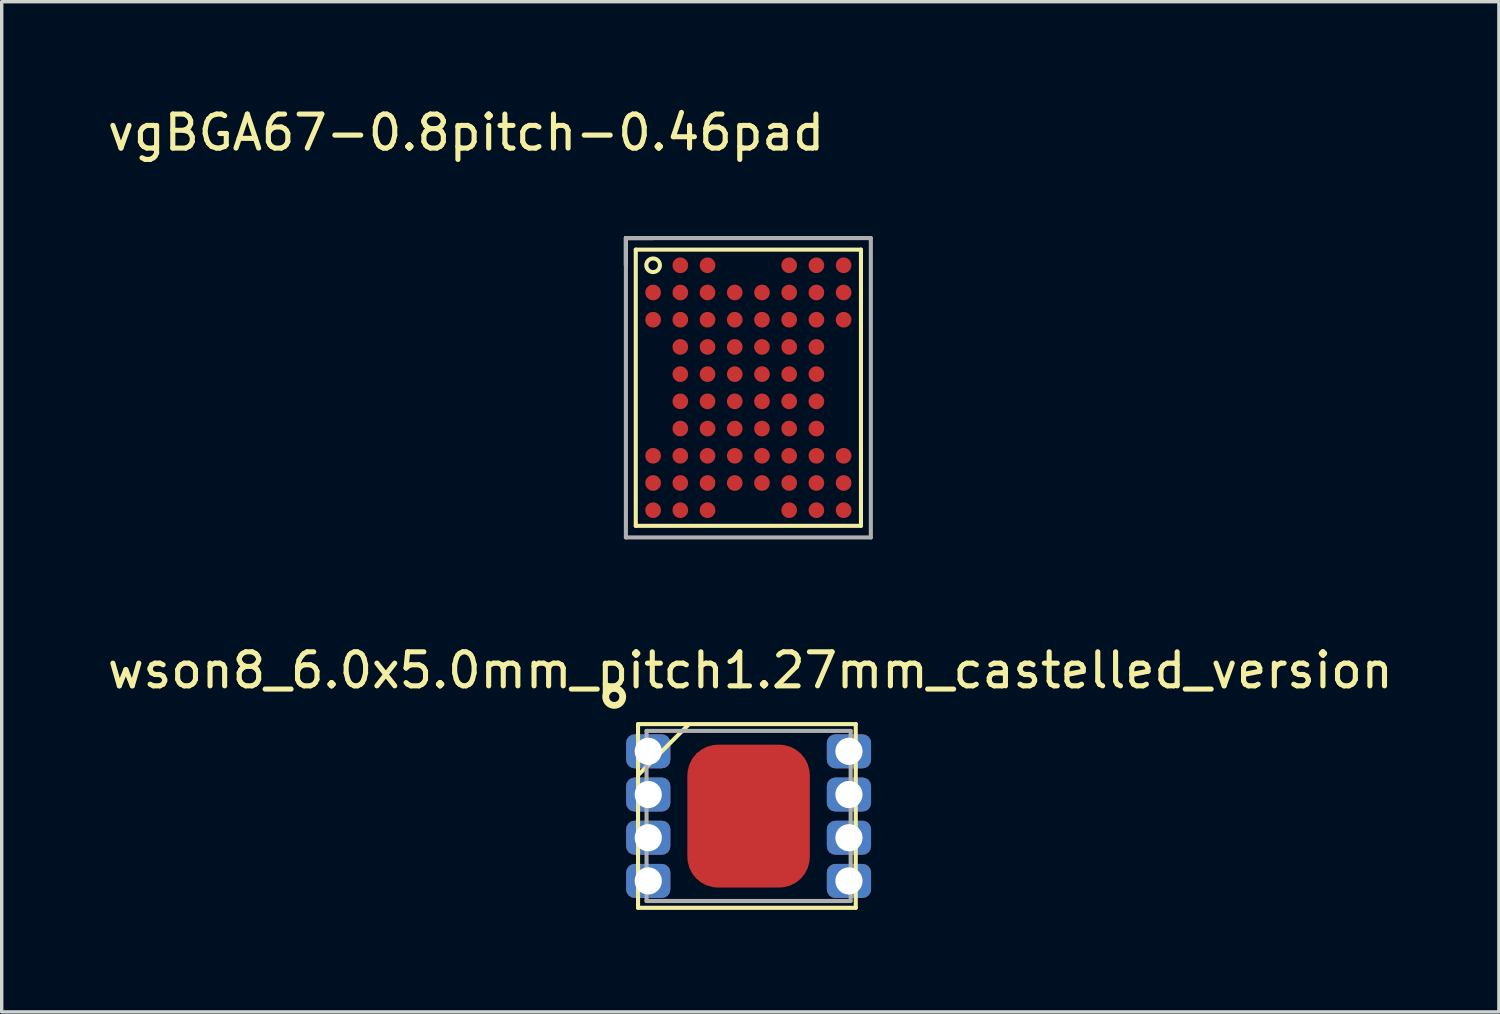
<source format=kicad_pcb>
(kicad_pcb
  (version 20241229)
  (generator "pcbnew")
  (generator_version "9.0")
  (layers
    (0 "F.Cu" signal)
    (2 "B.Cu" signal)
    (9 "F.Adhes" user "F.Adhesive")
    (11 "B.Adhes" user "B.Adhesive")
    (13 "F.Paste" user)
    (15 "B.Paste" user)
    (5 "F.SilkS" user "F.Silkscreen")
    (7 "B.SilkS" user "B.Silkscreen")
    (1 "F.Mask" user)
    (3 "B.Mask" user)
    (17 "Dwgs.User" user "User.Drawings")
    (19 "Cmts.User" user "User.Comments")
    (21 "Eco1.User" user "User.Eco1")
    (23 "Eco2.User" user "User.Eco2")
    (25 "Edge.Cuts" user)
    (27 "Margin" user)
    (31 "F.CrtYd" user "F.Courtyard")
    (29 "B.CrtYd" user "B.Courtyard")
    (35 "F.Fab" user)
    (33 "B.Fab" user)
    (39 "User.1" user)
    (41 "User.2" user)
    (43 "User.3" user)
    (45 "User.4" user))
  (footprint "vgBGA67-0.8pitch-0.46pad"
    (layer "F.Cu")
    (at 16.149 4.748)
    (property "Reference" "vgBGA67-0.8pitch-0.46pad" (at -5.5 -3.9 0) (layer "F.SilkS") (effects (font (size 1 1) (thickness 0.15))))
    (attr through_hole)
    (fp_line (start -0.8 -0.8) (end -0.8 0) (stroke (width 0.12) (type solid)) (layer "F.SilkS"))
    (fp_line (start -0.51 -0.46) (end -0.51 7.66) (stroke (width 0.12) (type solid)) (layer "F.SilkS"))
    (fp_line (start -0.51 -0.46) (end 6.11 -0.46) (stroke (width 0.12) (type solid)) (layer "F.SilkS"))
    (fp_line (start -0.51 7.66) (end 6.11 7.66) (stroke (width 0.12) (type solid)) (layer "F.SilkS"))
    (fp_line (start 0 -0.8) (end -0.8 -0.8) (stroke (width 0.12) (type solid)) (layer "F.SilkS"))
    (fp_line (start 6.11 -0.46) (end 6.11 7.66) (stroke (width 0.12) (type solid)) (layer "F.SilkS"))
    (fp_circle (center 0 0) (end 0.2 0) (stroke (width 0.12) (type solid)) (fill no) (layer "F.SilkS"))
    (fp_line (start -0.8 -0.8) (end 6.4 -0.8) (stroke (width 0.12) (type solid)) (layer "F.Fab"))
    (fp_line (start -0.8 8) (end -0.8 -0.8) (stroke (width 0.12) (type solid)) (layer "F.Fab"))
    (fp_line (start 6.4 -0.8) (end 6.4 8) (stroke (width 0.12) (type solid)) (layer "F.Fab"))
    (fp_line (start 6.4 8) (end -0.8 8) (stroke (width 0.12) (type solid)) (layer "F.Fab"))
    (pad "A2" smd circle (at 0.8 0 90) (size 0.46 0.46) (layers "F.Cu" "F.Mask" "F.Paste"))
    (pad "A3" smd circle (at 1.6 0 90) (size 0.46 0.46) (layers "F.Cu" "F.Mask" "F.Paste"))
    (pad "A6" smd circle (at 4 0 90) (size 0.46 0.46) (layers "F.Cu" "F.Mask" "F.Paste"))
    (pad "A7" smd circle (at 4.8 0 90) (size 0.46 0.46) (layers "F.Cu" "F.Mask" "F.Paste"))
    (pad "A8" smd circle (at 5.6 0 90) (size 0.46 0.46) (layers "F.Cu" "F.Mask" "F.Paste"))
    (pad "B1" smd circle (at 0 0.8 90) (size 0.46 0.46) (layers "F.Cu" "F.Mask" "F.Paste"))
    (pad "B2" smd circle (at 0.8 0.8 90) (size 0.46 0.46) (layers "F.Cu" "F.Mask" "F.Paste"))
    (pad "B3" smd circle (at 1.6 0.8 90) (size 0.46 0.46) (layers "F.Cu" "F.Mask" "F.Paste"))
    (pad "B4" smd circle (at 2.4 0.8 90) (size 0.46 0.46) (layers "F.Cu" "F.Mask" "F.Paste"))
    (pad "B5" smd circle (at 3.2 0.8 90) (size 0.46 0.46) (layers "F.Cu" "F.Mask" "F.Paste"))
    (pad "B6" smd circle (at 4 0.8 90) (size 0.46 0.46) (layers "F.Cu" "F.Mask" "F.Paste"))
    (pad "B7" smd circle (at 4.8 0.8 90) (size 0.46 0.46) (layers "F.Cu" "F.Mask" "F.Paste"))
    (pad "B8" smd circle (at 5.6 0.8 90) (size 0.46 0.46) (layers "F.Cu" "F.Mask" "F.Paste"))
    (pad "C1" smd circle (at 0 1.6 90) (size 0.46 0.46) (layers "F.Cu" "F.Mask" "F.Paste"))
    (pad "C2" smd circle (at 0.8 1.6 90) (size 0.46 0.46) (layers "F.Cu" "F.Mask" "F.Paste"))
    (pad "C3" smd circle (at 1.6 1.6 90) (size 0.46 0.46) (layers "F.Cu" "F.Mask" "F.Paste"))
    (pad "C4" smd circle (at 2.4 1.6 90) (size 0.46 0.46) (layers "F.Cu" "F.Mask" "F.Paste"))
    (pad "C5" smd circle (at 3.2 1.6 90) (size 0.46 0.46) (layers "F.Cu" "F.Mask" "F.Paste"))
    (pad "C6" smd circle (at 4 1.6 90) (size 0.46 0.46) (layers "F.Cu" "F.Mask" "F.Paste"))
    (pad "C7" smd circle (at 4.8 1.6 90) (size 0.46 0.46) (layers "F.Cu" "F.Mask" "F.Paste"))
    (pad "C8" smd circle (at 5.6 1.6 90) (size 0.46 0.46) (layers "F.Cu" "F.Mask" "F.Paste"))
    (pad "D2" smd circle (at 0.8 2.4 90) (size 0.46 0.46) (layers "F.Cu" "F.Mask" "F.Paste"))
    (pad "D3" smd circle (at 1.6 2.4 90) (size 0.46 0.46) (layers "F.Cu" "F.Mask" "F.Paste"))
    (pad "D4" smd circle (at 2.4 2.4 90) (size 0.46 0.46) (layers "F.Cu" "F.Mask" "F.Paste"))
    (pad "D5" smd circle (at 3.2 2.4 90) (size 0.46 0.46) (layers "F.Cu" "F.Mask" "F.Paste"))
    (pad "D6" smd circle (at 4 2.4 90) (size 0.46 0.46) (layers "F.Cu" "F.Mask" "F.Paste"))
    (pad "D7" smd circle (at 4.8 2.4 90) (size 0.46 0.46) (layers "F.Cu" "F.Mask" "F.Paste"))
    (pad "E2" smd circle (at 0.8 3.2 90) (size 0.46 0.46) (layers "F.Cu" "F.Mask" "F.Paste"))
    (pad "E3" smd circle (at 1.6 3.2 90) (size 0.46 0.46) (layers "F.Cu" "F.Mask" "F.Paste"))
    (pad "E4" smd circle (at 2.4 3.2 90) (size 0.46 0.46) (layers "F.Cu" "F.Mask" "F.Paste"))
    (pad "E5" smd circle (at 3.2 3.2 90) (size 0.46 0.46) (layers "F.Cu" "F.Mask" "F.Paste"))
    (pad "E6" smd circle (at 4 3.2 90) (size 0.46 0.46) (layers "F.Cu" "F.Mask" "F.Paste"))
    (pad "E7" smd circle (at 4.8 3.2 90) (size 0.46 0.46) (layers "F.Cu" "F.Mask" "F.Paste"))
    (pad "F2" smd circle (at 0.8 4 90) (size 0.46 0.46) (layers "F.Cu" "F.Mask" "F.Paste"))
    (pad "F3" smd circle (at 1.6 4 90) (size 0.46 0.46) (layers "F.Cu" "F.Mask" "F.Paste"))
    (pad "F4" smd circle (at 2.4 4 90) (size 0.46 0.46) (layers "F.Cu" "F.Mask" "F.Paste"))
    (pad "F5" smd circle (at 3.2 4 90) (size 0.46 0.46) (layers "F.Cu" "F.Mask" "F.Paste"))
    (pad "F6" smd circle (at 4 4 90) (size 0.46 0.46) (layers "F.Cu" "F.Mask" "F.Paste"))
    (pad "F7" smd circle (at 4.8 4 90) (size 0.46 0.46) (layers "F.Cu" "F.Mask" "F.Paste"))
    (pad "G2" smd circle (at 0.8 4.8 90) (size 0.46 0.46) (layers "F.Cu" "F.Mask" "F.Paste"))
    (pad "G3" smd circle (at 1.6 4.8 90) (size 0.46 0.46) (layers "F.Cu" "F.Mask" "F.Paste"))
    (pad "G4" smd circle (at 2.4 4.8 90) (size 0.46 0.46) (layers "F.Cu" "F.Mask" "F.Paste"))
    (pad "G5" smd circle (at 3.2 4.8 90) (size 0.46 0.46) (layers "F.Cu" "F.Mask" "F.Paste"))
    (pad "G6" smd circle (at 4 4.8 90) (size 0.46 0.46) (layers "F.Cu" "F.Mask" "F.Paste"))
    (pad "G7" smd circle (at 4.8 4.8 90) (size 0.46 0.46) (layers "F.Cu" "F.Mask" "F.Paste"))
    (pad "H1" smd circle (at 0 5.6 90) (size 0.46 0.46) (layers "F.Cu" "F.Mask" "F.Paste"))
    (pad "H2" smd circle (at 0.8 5.6 90) (size 0.46 0.46) (layers "F.Cu" "F.Mask" "F.Paste"))
    (pad "H3" smd circle (at 1.6 5.6 90) (size 0.46 0.46) (layers "F.Cu" "F.Mask" "F.Paste"))
    (pad "H4" smd circle (at 2.4 5.6 90) (size 0.46 0.46) (layers "F.Cu" "F.Mask" "F.Paste"))
    (pad "H5" smd circle (at 3.2 5.6 90) (size 0.46 0.46) (layers "F.Cu" "F.Mask" "F.Paste"))
    (pad "H6" smd circle (at 4 5.6 90) (size 0.46 0.46) (layers "F.Cu" "F.Mask" "F.Paste"))
    (pad "H7" smd circle (at 4.8 5.6 90) (size 0.46 0.46) (layers "F.Cu" "F.Mask" "F.Paste"))
    (pad "H8" smd circle (at 5.6 5.6 90) (size 0.46 0.46) (layers "F.Cu" "F.Mask" "F.Paste"))
    (pad "J1" smd circle (at 0 6.4 90) (size 0.46 0.46) (layers "F.Cu" "F.Mask" "F.Paste"))
    (pad "J2" smd circle (at 0.8 6.4 90) (size 0.46 0.46) (layers "F.Cu" "F.Mask" "F.Paste"))
    (pad "J3" smd circle (at 1.6 6.4 90) (size 0.46 0.46) (layers "F.Cu" "F.Mask" "F.Paste"))
    (pad "J4" smd circle (at 2.4 6.4 90) (size 0.46 0.46) (layers "F.Cu" "F.Mask" "F.Paste"))
    (pad "J5" smd circle (at 3.2 6.4 90) (size 0.46 0.46) (layers "F.Cu" "F.Mask" "F.Paste"))
    (pad "J6" smd circle (at 4 6.4 90) (size 0.46 0.46) (layers "F.Cu" "F.Mask" "F.Paste"))
    (pad "J7" smd circle (at 4.8 6.4 90) (size 0.46 0.46) (layers "F.Cu" "F.Mask" "F.Paste"))
    (pad "J8" smd circle (at 5.6 6.4 90) (size 0.46 0.46) (layers "F.Cu" "F.Mask" "F.Paste"))
    (pad "K1" smd circle (at 0 7.2 90) (size 0.46 0.46) (layers "F.Cu" "F.Mask" "F.Paste"))
    (pad "K2" smd circle (at 0.8 7.2 90) (size 0.46 0.46) (layers "F.Cu" "F.Mask" "F.Paste"))
    (pad "K3" smd circle (at 1.6 7.2 90) (size 0.46 0.46) (layers "F.Cu" "F.Mask" "F.Paste"))
    (pad "K6" smd circle (at 4 7.2 90) (size 0.46 0.46) (layers "F.Cu" "F.Mask" "F.Paste"))
    (pad "K7" smd circle (at 4.8 7.2 90) (size 0.46 0.46) (layers "F.Cu" "F.Mask" "F.Paste"))
    (pad "K8" smd circle (at 5.6 7.2 90) (size 0.46 0.46) (layers "F.Cu" "F.Mask" "F.Paste")))
  (footprint "wson8_6.0x5.0mm_pitch1.27mm_castelled_version"
    (layer "F.Cu")
    (at 19.006 20.936)
    (property "Reference" "wson8_6.0x5.0mm_pitch1.27mm_castelled_version" (at 0 -4.28 0) (layer "F.SilkS") (effects (font (size 1 1) (thickness 0.15))))
    (attr through_hole)
    (fp_line (start -3.3 -2.7) (end -3.3 2.7) (stroke (width 0.12) (type solid)) (layer "F.SilkS"))
    (fp_line (start -3.3 -2.7) (end 3.1 -2.7) (stroke (width 0.12) (type solid)) (layer "F.SilkS"))
    (fp_line (start -3.3 -1.2) (end -1.8 -2.7) (stroke (width 0.12) (type solid)) (layer "F.SilkS"))
    (fp_line (start -3.3 2.7) (end 3.1 2.7) (stroke (width 0.12) (type solid)) (layer "F.SilkS"))
    (fp_line (start 3.1 -2.7) (end 3.1 2.7) (stroke (width 0.12) (type solid)) (layer "F.SilkS"))
    (fp_circle (center -4 -3.5) (end -3.75 -3.5) (stroke (width 0.2) (type solid)) (fill no) (layer "F.SilkS"))
    (fp_line (start -3.05 -2.5) (end -3.05 2.5) (stroke (width 0.12) (type solid)) (layer "F.Fab"))
    (fp_line (start -3.05 2.5) (end 2.95 2.5) (stroke (width 0.12) (type solid)) (layer "F.Fab"))
    (fp_line (start 2.95 -2.5) (end -3.05 -2.5) (stroke (width 0.12) (type solid)) (layer "F.Fab"))
    (fp_line (start 2.95 2.5) (end 2.95 -2.5) (stroke (width 0.12) (type solid)) (layer "F.Fab"))
    (pad "1" thru_hole roundrect (at -3 -1.9) (size 1.3 1) (drill 0.8) (layers "*.Cu" "*.Mask") (roundrect_rratio 0.25))
    (pad "2" thru_hole roundrect (at -3 -0.63) (size 1.3 1) (drill 0.8) (layers "*.Cu" "*.Mask") (roundrect_rratio 0.25))
    (pad "3" thru_hole roundrect (at -3 0.64) (size 1.3 1) (drill 0.8) (layers "*.Cu" "*.Mask") (roundrect_rratio 0.25))
    (pad "4" thru_hole roundrect (at -3 1.91) (size 1.3 1) (drill 0.8) (layers "*.Cu" "*.Mask") (roundrect_rratio 0.25))
    (pad "5" thru_hole roundrect (at 2.9 1.91) (size 1.3 1) (drill 0.8) (layers "*.Cu" "*.Mask") (roundrect_rratio 0.25))
    (pad "6" thru_hole roundrect (at 2.9 0.64) (size 1.3 1) (drill 0.8) (layers "*.Cu" "*.Mask") (roundrect_rratio 0.25))
    (pad "7" thru_hole roundrect (at 2.9 -0.63) (size 1.3 1) (drill 0.8) (layers "*.Cu" "*.Mask") (roundrect_rratio 0.25))
    (pad "8" thru_hole roundrect (at 2.9 -1.9) (size 1.3 1) (drill 0.8) (layers "*.Cu" "*.Mask") (roundrect_rratio 0.25))
    (pad "9" smd roundrect (at -0.05 0.005) (size 3.6 4.2) (layers "F.Cu" "F.Mask" "F.Paste") (roundrect_rratio 0.25)))
  (gr_rect
    (start -3 -3)
    (end 41.012 26.697)
    (stroke (width 0.1) (type default))
    (fill no)
    (layer "Edge.Cuts")))
</source>
